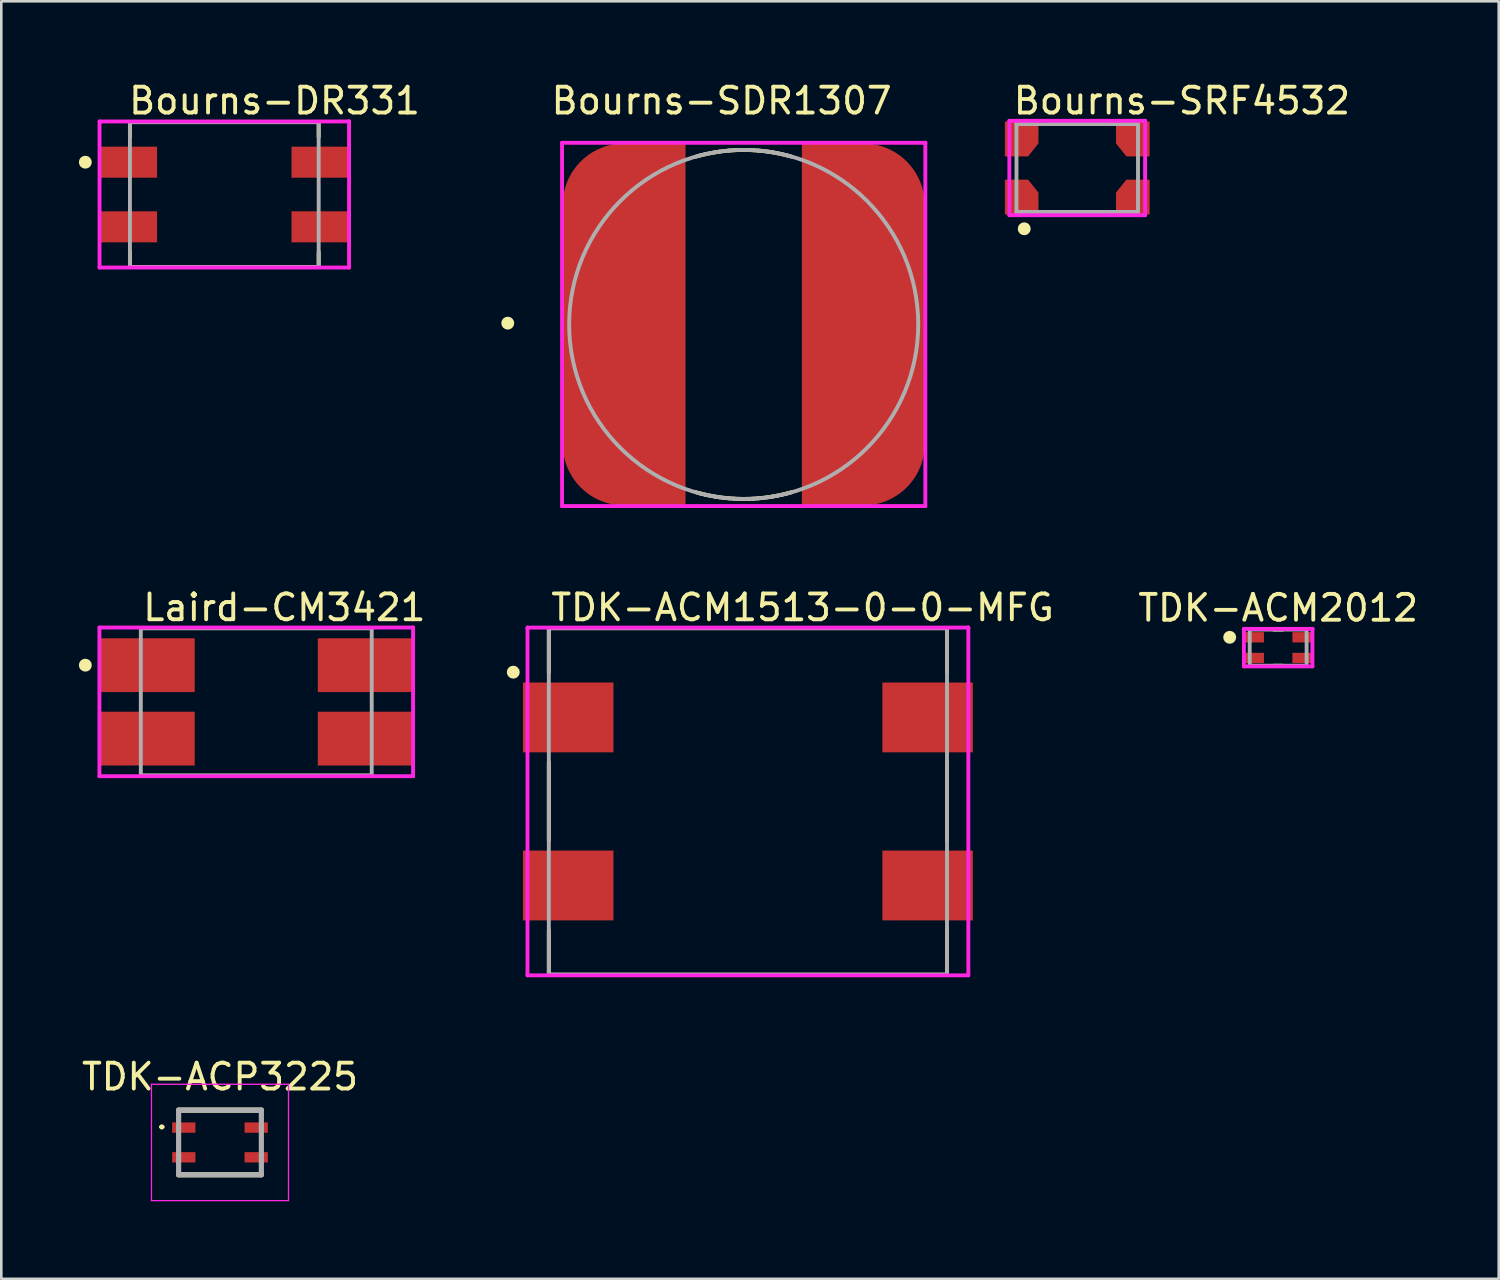
<source format=kicad_pcb>
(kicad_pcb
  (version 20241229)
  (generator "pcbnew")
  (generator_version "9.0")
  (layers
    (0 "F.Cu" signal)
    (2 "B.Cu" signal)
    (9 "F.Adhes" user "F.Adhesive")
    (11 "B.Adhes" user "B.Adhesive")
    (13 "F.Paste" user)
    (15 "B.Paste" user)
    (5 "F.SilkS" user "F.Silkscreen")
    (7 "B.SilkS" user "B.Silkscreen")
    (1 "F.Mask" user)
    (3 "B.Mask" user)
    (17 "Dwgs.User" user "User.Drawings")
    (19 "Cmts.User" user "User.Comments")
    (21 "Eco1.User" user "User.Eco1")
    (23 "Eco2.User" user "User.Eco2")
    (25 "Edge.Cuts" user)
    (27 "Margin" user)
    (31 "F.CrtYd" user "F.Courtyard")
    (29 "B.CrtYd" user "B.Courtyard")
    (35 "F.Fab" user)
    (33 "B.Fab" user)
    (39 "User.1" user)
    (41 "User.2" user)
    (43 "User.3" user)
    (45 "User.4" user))
  (footprint "TDK-ACM1513-0-0-MFG"
    (layer "F.Cu")
    (at 25.876 27.947)
    (property "Reference" "TDK-ACM1513-0-0-MFG" (at -7.7 -7.5 0) (layer "F.SilkS") (effects (font (size 1 1) (thickness 0.15)) (justify left)))
    (attr smd)
    (fp_line (start -7.7 -6.7) (end 7.7 -6.7) (stroke (width 0.15) (type solid)) (layer "F.SilkS"))
    (fp_line (start -7.7 -4.975) (end -7.7 -6.7) (stroke (width 0.15) (type solid)) (layer "F.SilkS"))
    (fp_line (start -7.7 1.525) (end -7.7 -1.525) (stroke (width 0.15) (type solid)) (layer "F.SilkS"))
    (fp_line (start -7.7 6.7) (end -7.7 4.975) (stroke (width 0.15) (type solid)) (layer "F.SilkS"))
    (fp_line (start -7.7 6.7) (end 7.7 6.7) (stroke (width 0.15) (type solid)) (layer "F.SilkS"))
    (fp_line (start 7.7 -4.975) (end 7.7 -6.7) (stroke (width 0.15) (type solid)) (layer "F.SilkS"))
    (fp_line (start 7.7 1.525) (end 7.7 -1.525) (stroke (width 0.15) (type solid)) (layer "F.SilkS"))
    (fp_line (start 7.7 6.7) (end 7.7 4.975) (stroke (width 0.15) (type solid)) (layer "F.SilkS"))
    (fp_circle (center -9.075 -5) (end -8.95 -5) (stroke (width 0.25) (type solid)) (fill no) (layer "F.SilkS"))
    (fp_line (start -8.525 -6.725) (end -8.525 6.725) (stroke (width 0.15) (type solid)) (layer "F.CrtYd"))
    (fp_line (start -8.525 6.725) (end 8.525 6.725) (stroke (width 0.15) (type solid)) (layer "F.CrtYd"))
    (fp_line (start 8.525 -6.725) (end -8.525 -6.725) (stroke (width 0.15) (type solid)) (layer "F.CrtYd"))
    (fp_line (start 8.525 -6.725) (end 8.525 -6.725) (stroke (width 0.15) (type solid)) (layer "F.CrtYd"))
    (fp_line (start 8.525 6.725) (end 8.525 -6.725) (stroke (width 0.15) (type solid)) (layer "F.CrtYd"))
    (fp_line (start -7.7 -6.7) (end 7.7 -6.7) (stroke (width 0.15) (type solid)) (layer "F.Fab"))
    (fp_line (start -7.7 6.7) (end -7.7 -6.7) (stroke (width 0.15) (type solid)) (layer "F.Fab"))
    (fp_line (start 7.7 -6.7) (end 7.7 6.7) (stroke (width 0.15) (type solid)) (layer "F.Fab"))
    (fp_line (start 7.7 6.7) (end -7.7 6.7) (stroke (width 0.15) (type solid)) (layer "F.Fab"))
    (pad "1" smd rect (at -6.95 -3.25) (size 3.5 2.7) (layers "F.Cu" "F.Mask" "F.Paste"))
    (pad "2" smd rect (at -6.95 3.25) (size 3.5 2.7) (layers "F.Cu" "F.Mask" "F.Paste"))
    (pad "3" smd rect (at 6.95 3.25) (size 3.5 2.7) (layers "F.Cu" "F.Mask" "F.Paste"))
    (pad "4" smd rect (at 6.95 -3.25) (size 3.5 2.7) (layers "F.Cu" "F.Mask" "F.Paste")))
  (footprint "TDK-ACM2012"
    (layer "F.Cu")
    (at 46.384 21.998)
    (property "Reference" "TDK-ACM2012" (at 0 -0.95 0) (layer "F.SilkS") (effects (font (size 1 1) (thickness 0.15)) (justify bottom)))
    (attr through_hole)
    (fp_line (start -0.175 -0.7) (end 0.175 -0.7) (stroke (width 0.15) (type solid)) (layer "F.SilkS"))
    (fp_line (start -0.175 0.7) (end 0.175 0.7) (stroke (width 0.15) (type solid)) (layer "F.SilkS"))
    (fp_circle (center -1.875 -0.4) (end -1.75 -0.4) (stroke (width 0.25) (type solid)) (fill no) (layer "F.SilkS"))
    (fp_line (start -1.325 -0.725) (end -1.325 0.725) (stroke (width 0.15) (type solid)) (layer "F.CrtYd"))
    (fp_line (start -1.325 0.725) (end 1.325 0.725) (stroke (width 0.15) (type solid)) (layer "F.CrtYd"))
    (fp_line (start 1.325 -0.725) (end -1.325 -0.725) (stroke (width 0.15) (type solid)) (layer "F.CrtYd"))
    (fp_line (start 1.325 -0.725) (end 1.325 -0.725) (stroke (width 0.15) (type solid)) (layer "F.CrtYd"))
    (fp_line (start 1.325 0.725) (end 1.325 -0.725) (stroke (width 0.15) (type solid)) (layer "F.CrtYd"))
    (fp_line (start -1.1 -0.7) (end 1.1 -0.7) (stroke (width 0.15) (type solid)) (layer "F.Fab"))
    (fp_line (start -1.1 0.7) (end -1.1 -0.7) (stroke (width 0.15) (type solid)) (layer "F.Fab"))
    (fp_line (start 1.1 -0.7) (end 1.1 0.7) (stroke (width 0.15) (type solid)) (layer "F.Fab"))
    (fp_line (start 1.1 0.7) (end -1.1 0.7) (stroke (width 0.15) (type solid)) (layer "F.Fab"))
    (pad "1" smd rect (at -0.925 -0.4) (size 0.75 0.4) (layers "F.Cu" "F.Mask" "F.Paste"))
    (pad "2" smd rect (at -0.925 0.4) (size 0.75 0.4) (layers "F.Cu" "F.Mask" "F.Paste"))
    (pad "3" smd rect (at 0.925 0.4) (size 0.75 0.4) (layers "F.Cu" "F.Mask" "F.Paste"))
    (pad "4" smd rect (at 0.925 -0.4) (size 0.75 0.4) (layers "F.Cu" "F.Mask" "F.Paste")))
  (footprint "Bourns-SDR1307"
    (layer "F.Cu")
    (at 25.713 9.498)
    (property "Reference" "Bourns-SDR1307" (at -7.525 -8.65 0) (layer "F.SilkS") (effects (font (size 1 1) (thickness 0.15)) (justify left)))
    (attr through_hole)
    (fp_line (start -1.85 -6.49) (end -1.669 -6.539) (stroke (width 0.15) (type solid)) (layer "F.SilkS"))
    (fp_line (start -1.669 -6.539) (end -1.487 -6.583) (stroke (width 0.15) (type solid)) (layer "F.SilkS"))
    (fp_line (start -1.669 6.539) (end -1.85 6.49) (stroke (width 0.15) (type solid)) (layer "F.SilkS"))
    (fp_line (start -1.487 -6.583) (end -1.304 -6.621) (stroke (width 0.15) (type solid)) (layer "F.SilkS"))
    (fp_line (start -1.487 6.583) (end -1.669 6.539) (stroke (width 0.15) (type solid)) (layer "F.SilkS"))
    (fp_line (start -1.304 -6.621) (end -1.119 -6.655) (stroke (width 0.15) (type solid)) (layer "F.SilkS"))
    (fp_line (start -1.304 6.621) (end -1.487 6.583) (stroke (width 0.15) (type solid)) (layer "F.SilkS"))
    (fp_line (start -1.119 -6.655) (end -0.934 -6.684) (stroke (width 0.15) (type solid)) (layer "F.SilkS"))
    (fp_line (start -1.119 6.655) (end -1.304 6.621) (stroke (width 0.15) (type solid)) (layer "F.SilkS"))
    (fp_line (start -0.934 -6.684) (end -0.748 -6.707) (stroke (width 0.15) (type solid)) (layer "F.SilkS"))
    (fp_line (start -0.934 6.684) (end -1.119 6.655) (stroke (width 0.15) (type solid)) (layer "F.SilkS"))
    (fp_line (start -0.748 -6.707) (end -0.562 -6.725) (stroke (width 0.15) (type solid)) (layer "F.SilkS"))
    (fp_line (start -0.748 6.707) (end -0.934 6.684) (stroke (width 0.15) (type solid)) (layer "F.SilkS"))
    (fp_line (start -0.562 -6.725) (end -0.375 -6.738) (stroke (width 0.15) (type solid)) (layer "F.SilkS"))
    (fp_line (start -0.562 6.725) (end -0.748 6.707) (stroke (width 0.15) (type solid)) (layer "F.SilkS"))
    (fp_line (start -0.375 -6.738) (end -0.187 -6.746) (stroke (width 0.15) (type solid)) (layer "F.SilkS"))
    (fp_line (start -0.375 6.738) (end -0.562 6.725) (stroke (width 0.15) (type solid)) (layer "F.SilkS"))
    (fp_line (start -0.187 -6.746) (end -0.000002 -6.748) (stroke (width 0.15) (type solid)) (layer "F.SilkS"))
    (fp_line (start -0.187 6.746) (end -0.375 6.738) (stroke (width 0.15) (type solid)) (layer "F.SilkS"))
    (fp_line (start -0.000002 -6.748) (end 0.187 -6.746) (stroke (width 0.15) (type solid)) (layer "F.SilkS"))
    (fp_line (start 0.000001 6.748) (end -0.187 6.746) (stroke (width 0.15) (type solid)) (layer "F.SilkS"))
    (fp_line (start 0.187 -6.746) (end 0.375 -6.738) (stroke (width 0.15) (type solid)) (layer "F.SilkS"))
    (fp_line (start 0.187 6.746) (end 0.000001 6.748) (stroke (width 0.15) (type solid)) (layer "F.SilkS"))
    (fp_line (start 0.375 -6.738) (end 0.562 -6.725) (stroke (width 0.15) (type solid)) (layer "F.SilkS"))
    (fp_line (start 0.375 6.738) (end 0.187 6.746) (stroke (width 0.15) (type solid)) (layer "F.SilkS"))
    (fp_line (start 0.562 -6.725) (end 0.748 -6.707) (stroke (width 0.15) (type solid)) (layer "F.SilkS"))
    (fp_line (start 0.562 6.725) (end 0.375 6.738) (stroke (width 0.15) (type solid)) (layer "F.SilkS"))
    (fp_line (start 0.748 -6.707) (end 0.934 -6.684) (stroke (width 0.15) (type solid)) (layer "F.SilkS"))
    (fp_line (start 0.748 6.707) (end 0.562 6.725) (stroke (width 0.15) (type solid)) (layer "F.SilkS"))
    (fp_line (start 0.934 -6.684) (end 1.119 -6.655) (stroke (width 0.15) (type solid)) (layer "F.SilkS"))
    (fp_line (start 0.934 6.684) (end 0.748 6.707) (stroke (width 0.15) (type solid)) (layer "F.SilkS"))
    (fp_line (start 1.119 -6.655) (end 1.304 -6.621) (stroke (width 0.15) (type solid)) (layer "F.SilkS"))
    (fp_line (start 1.119 6.655) (end 0.934 6.684) (stroke (width 0.15) (type solid)) (layer "F.SilkS"))
    (fp_line (start 1.304 -6.621) (end 1.487 -6.583) (stroke (width 0.15) (type solid)) (layer "F.SilkS"))
    (fp_line (start 1.304 6.621) (end 1.119 6.655) (stroke (width 0.15) (type solid)) (layer "F.SilkS"))
    (fp_line (start 1.487 -6.583) (end 1.669 -6.539) (stroke (width 0.15) (type solid)) (layer "F.SilkS"))
    (fp_line (start 1.487 6.583) (end 1.304 6.621) (stroke (width 0.15) (type solid)) (layer "F.SilkS"))
    (fp_line (start 1.669 -6.539) (end 1.85 -6.49) (stroke (width 0.15) (type solid)) (layer "F.SilkS"))
    (fp_line (start 1.669 6.539) (end 1.487 6.583) (stroke (width 0.15) (type solid)) (layer "F.SilkS"))
    (fp_line (start 1.85 6.49) (end 1.669 6.539) (stroke (width 0.15) (type solid)) (layer "F.SilkS"))
    (fp_circle (center -9.125 -0.05) (end -9 -0.05) (stroke (width 0.25) (type solid)) (fill no) (layer "F.SilkS"))
    (fp_line (start -7.025 -7.025) (end -7.025 7.025) (stroke (width 0.15) (type solid)) (layer "F.CrtYd"))
    (fp_line (start -7.025 7.025) (end 7.025 7.025) (stroke (width 0.15) (type solid)) (layer "F.CrtYd"))
    (fp_line (start 7.025 -7.025) (end -7.025 -7.025) (stroke (width 0.15) (type solid)) (layer "F.CrtYd"))
    (fp_line (start 7.025 -7.025) (end 7.025 -7.025) (stroke (width 0.15) (type solid)) (layer "F.CrtYd"))
    (fp_line (start 7.025 7.025) (end 7.025 -7.025) (stroke (width 0.15) (type solid)) (layer "F.CrtYd"))
    (fp_circle (center 0 0) (end 6.75 0) (stroke (width 0.15) (type solid)) (fill no) (layer "F.Fab"))
    (pad "1" smd custom (at -4.625 0) (size 4.75 4.75) (layers "F.Cu" "F.Mask" "F.Paste") (options (anchor circle)) (primitives (gr_poly (pts (xy 2.375 7) (xy 2.375 -7) (xy 0 -7) (xy -0.186 -6.993) (xy -0.372 -6.971) (xy -0.554 -6.934) (xy -0.734 -6.884) (xy -0.909 -6.819) (xy -1.078 -6.741) (xy -1.241 -6.65) (xy -1.396 -6.546) (xy -1.542 -6.431) (xy -1.679 -6.304) (xy -1.806 -6.167) (xy -1.921 -6.021) (xy -2.025 -5.866) (xy -2.116 -5.703) (xy -2.194 -5.534) (xy -2.259 -5.359) (xy -2.309 -5.179) (xy -2.346 -4.997) (xy -2.368 -4.811) (xy -2.375 -4.625) (xy -2.375 4.625) (xy -2.368 4.811) (xy -2.346 4.997) (xy -2.309 5.179) (xy -2.259 5.359) (xy -2.194 5.534) (xy -2.116 5.703) (xy -2.025 5.866) (xy -1.921 6.021) (xy -1.806 6.167) (xy -1.679 6.304) (xy -1.542 6.431) (xy -1.396 6.546) (xy -1.241 6.65) (xy -1.078 6.741) (xy -0.909 6.819) (xy -0.734 6.884) (xy -0.554 6.934) (xy -0.372 6.971) (xy -0.186 6.993) (xy 0 7) (xy 2.375 7)) (width 0) (fill yes))))
    (pad "2" smd custom (at 4.625 0) (size 4.75 4.75) (layers "F.Cu" "F.Mask" "F.Paste") (options (anchor circle)) (primitives (gr_poly (pts (xy -2.375 -7) (xy -2.375 7) (xy 0 7) (xy 0.186 6.993) (xy 0.372 6.971) (xy 0.554 6.934) (xy 0.734 6.884) (xy 0.909 6.819) (xy 1.078 6.741) (xy 1.241 6.65) (xy 1.396 6.546) (xy 1.542 6.431) (xy 1.679 6.304) (xy 1.806 6.167) (xy 1.921 6.021) (xy 2.025 5.866) (xy 2.116 5.703) (xy 2.194 5.534) (xy 2.259 5.359) (xy 2.309 5.179) (xy 2.346 4.997) (xy 2.368 4.811) (xy 2.375 4.625) (xy 2.375 -4.625) (xy 2.368 -4.811) (xy 2.346 -4.997) (xy 2.309 -5.179) (xy 2.259 -5.359) (xy 2.194 -5.534) (xy 2.116 -5.703) (xy 2.025 -5.866) (xy 1.921 -6.021) (xy 1.806 -6.167) (xy 1.679 -6.304) (xy 1.542 -6.431) (xy 1.396 -6.546) (xy 1.241 -6.65) (xy 1.078 -6.741) (xy 0.909 -6.819) (xy 0.734 -6.884) (xy 0.554 -6.934) (xy 0.372 -6.971) (xy 0.186 -6.993) (xy 0 -7) (xy -2.375 -7)) (width 0) (fill yes)))))
  (footprint "Bourns-SRF4532"
    (layer "F.Cu")
    (at 38.613 3.448)
    (property "Reference" "Bourns-SRF4532" (at -2.55 -2.6 0) (layer "F.SilkS") (effects (font (size 1 1) (thickness 0.15)) (justify left)))
    (attr smd)
    (fp_line (start -1.125 -1.7) (end 1.125 -1.7) (stroke (width 0.15) (type solid)) (layer "F.SilkS"))
    (fp_line (start -1.125 1.7) (end 1.125 1.7) (stroke (width 0.15) (type solid)) (layer "F.SilkS"))
    (fp_circle (center -2.05 2.35) (end -1.925 2.35) (stroke (width 0.25) (type solid)) (fill no) (layer "F.SilkS"))
    (fp_line (start -2.625 -1.825) (end -2.625 1.825) (stroke (width 0.15) (type solid)) (layer "F.CrtYd"))
    (fp_line (start -2.625 1.825) (end 2.625 1.825) (stroke (width 0.15) (type solid)) (layer "F.CrtYd"))
    (fp_line (start 2.625 -1.825) (end -2.625 -1.825) (stroke (width 0.15) (type solid)) (layer "F.CrtYd"))
    (fp_line (start 2.625 -1.825) (end 2.625 -1.825) (stroke (width 0.15) (type solid)) (layer "F.CrtYd"))
    (fp_line (start 2.625 1.825) (end 2.625 -1.825) (stroke (width 0.15) (type solid)) (layer "F.CrtYd"))
    (fp_line (start -2.35 -1.7) (end 2.35 -1.7) (stroke (width 0.15) (type solid)) (layer "F.Fab"))
    (fp_line (start -2.35 1.7) (end -2.35 -1.7) (stroke (width 0.15) (type solid)) (layer "F.Fab"))
    (fp_line (start 2.35 -1.7) (end 2.35 1.7) (stroke (width 0.15) (type solid)) (layer "F.Fab"))
    (fp_line (start 2.35 1.7) (end -2.35 1.7) (stroke (width 0.15) (type solid)) (layer "F.Fab"))
    (pad "1" smd custom (at -2.05 1.125) (size 1 1) (layers "F.Cu" "F.Mask" "F.Paste") (options (anchor circle)) (primitives (gr_poly (pts (xy -0.55 0.675) (xy 0.55 0.675) (xy 0.55 -0.175) (xy 0.15 -0.675) (xy -0.75 -0.675) (xy -0.75 0.675)) (width 0) (fill yes))))
    (pad "2" smd custom (at 2.05 1.125) (size 1 1) (layers "F.Cu" "F.Mask" "F.Paste") (options (anchor circle)) (primitives (gr_poly (pts (xy -0.55 0.675) (xy 0.75 0.675) (xy 0.75 -0.675) (xy -0.15 -0.675) (xy -0.55 -0.175) (xy -0.55 0.675)) (width 0) (fill yes))))
    (pad "3" smd custom (at 2.05 -1.125) (size 1 1) (layers "F.Cu" "F.Mask" "F.Paste") (options (anchor circle)) (primitives (gr_poly (pts (xy -0.55 -0.675) (xy -0.55 0.175) (xy -0.15 0.675) (xy 0.75 0.675) (xy 0.75 -0.675) (xy -0.55 -0.675)) (width 0) (fill yes))))
    (pad "4" smd custom (at -2.05 -1.125) (size 1 1) (layers "F.Cu" "F.Mask" "F.Paste") (options (anchor circle)) (primitives (gr_poly (pts (xy -0.55 0.675) (xy 0.15 0.675) (xy 0.55 0.175) (xy 0.55 -0.675) (xy -0.75 -0.675) (xy -0.75 0.675)) (width 0) (fill yes)))))
  (footprint "Bourns-DR331"
    (layer "F.Cu")
    (at 5.625 4.473)
    (property "Reference" "Bourns-DR331" (at -3.775 -3.625 0) (layer "F.SilkS") (effects (font (size 1 1) (thickness 0.15)) (justify left)))
    (attr smd)
    (fp_line (start -3.65 -2.8) (end 3.65 -2.8) (stroke (width 0.15) (type solid)) (layer "F.SilkS"))
    (fp_line (start -3.65 -2.225) (end -3.65 -2.8) (stroke (width 0.15) (type solid)) (layer "F.SilkS"))
    (fp_line (start -3.65 2.8) (end -3.65 2.225) (stroke (width 0.15) (type solid)) (layer "F.SilkS"))
    (fp_line (start -3.65 2.8) (end 3.65 2.8) (stroke (width 0.15) (type solid)) (layer "F.SilkS"))
    (fp_line (start 3.65 -2.225) (end 3.65 -2.8) (stroke (width 0.15) (type solid)) (layer "F.SilkS"))
    (fp_line (start 3.65 2.8) (end 3.65 2.225) (stroke (width 0.15) (type solid)) (layer "F.SilkS"))
    (fp_circle (center -5.375 -1.25) (end -5.25 -1.25) (stroke (width 0.25) (type solid)) (fill no) (layer "F.SilkS"))
    (fp_line (start -4.825 -2.825) (end -4.825 2.825) (stroke (width 0.15) (type solid)) (layer "F.CrtYd"))
    (fp_line (start -4.825 2.825) (end 4.825 2.825) (stroke (width 0.15) (type solid)) (layer "F.CrtYd"))
    (fp_line (start 4.825 -2.825) (end -4.825 -2.825) (stroke (width 0.15) (type solid)) (layer "F.CrtYd"))
    (fp_line (start 4.825 -2.825) (end 4.825 -2.825) (stroke (width 0.15) (type solid)) (layer "F.CrtYd"))
    (fp_line (start 4.825 2.825) (end 4.825 -2.825) (stroke (width 0.15) (type solid)) (layer "F.CrtYd"))
    (fp_line (start -3.65 -2.8) (end 3.65 -2.8) (stroke (width 0.15) (type solid)) (layer "F.Fab"))
    (fp_line (start -3.65 2.8) (end -3.65 -2.8) (stroke (width 0.15) (type solid)) (layer "F.Fab"))
    (fp_line (start 3.65 -2.8) (end 3.65 2.8) (stroke (width 0.15) (type solid)) (layer "F.Fab"))
    (fp_line (start 3.65 2.8) (end -3.65 2.8) (stroke (width 0.15) (type solid)) (layer "F.Fab"))
    (pad "1" smd rect (at -3.7 -1.25) (size 2.2 1.2) (layers "F.Cu" "F.Mask" "F.Paste"))
    (pad "2" smd rect (at -3.7 1.25) (size 2.2 1.2) (layers "F.Cu" "F.Mask" "F.Paste"))
    (pad "3" smd rect (at 3.7 1.25) (size 2.2 1.2) (layers "F.Cu" "F.Mask" "F.Paste"))
    (pad "4" smd rect (at 3.7 -1.25) (size 2.2 1.2) (layers "F.Cu" "F.Mask" "F.Paste")))
  (footprint "TDK-ACP3225"
    (layer "F.Cu")
    (at 5.458 41.135)
    (property "Reference" "TDK-ACP3225" (at 0 -2.54 0) (layer "F.SilkS") (effects (font (size 1 1) (thickness 0.15))))
    (attr smd)
    (fp_line (start -2.3 -0.6) (end -2.3 -0.6) (stroke (width 0.1) (type solid)) (layer "F.SilkS"))
    (fp_line (start -2.2 -0.6) (end -2.2 -0.6) (stroke (width 0.1) (type solid)) (layer "F.SilkS"))
    (fp_line (start -1.6 -1.25) (end 1.6 -1.25) (stroke (width 0.2) (type solid)) (layer "F.SilkS"))
    (fp_line (start -1.6 1.25) (end 1.6 1.25) (stroke (width 0.2) (type solid)) (layer "F.SilkS"))
    (fp_arc (start -2.3 -0.6) (mid -2.25 -0.65) (end -2.2 -0.6) (stroke (width 0.1) (type solid)) (layer "F.SilkS"))
    (fp_arc (start -2.2 -0.6) (mid -2.25 -0.55) (end -2.3 -0.6) (stroke (width 0.1) (type solid)) (layer "F.SilkS"))
    (fp_line (start -2.65 -2.25) (end 2.65 -2.25) (stroke (width 0.05) (type solid)) (layer "F.CrtYd"))
    (fp_line (start -2.65 2.25) (end -2.65 -2.25) (stroke (width 0.05) (type solid)) (layer "F.CrtYd"))
    (fp_line (start 2.65 -2.25) (end 2.65 2.25) (stroke (width 0.05) (type solid)) (layer "F.CrtYd"))
    (fp_line (start 2.65 2.25) (end -2.65 2.25) (stroke (width 0.05) (type solid)) (layer "F.CrtYd"))
    (fp_line (start -1.6 -1.25) (end 1.6 -1.25) (stroke (width 0.2) (type solid)) (layer "F.Fab"))
    (fp_line (start -1.6 1.25) (end -1.6 -1.25) (stroke (width 0.2) (type solid)) (layer "F.Fab"))
    (fp_line (start 1.6 -1.25) (end 1.6 1.25) (stroke (width 0.2) (type solid)) (layer "F.Fab"))
    (fp_line (start 1.6 1.25) (end -1.6 1.25) (stroke (width 0.2) (type solid)) (layer "F.Fab"))
    (pad "1" smd rect (at -1.4 -0.575 90) (size 0.4 0.9) (layers "F.Cu" "F.Mask" "F.Paste"))
    (pad "2" smd rect (at -1.4 0.575 90) (size 0.4 0.9) (layers "F.Cu" "F.Mask" "F.Paste"))
    (pad "3" smd rect (at 1.4 0.575 90) (size 0.4 0.9) (layers "F.Cu" "F.Mask" "F.Paste"))
    (pad "4" smd rect (at 1.4 -0.575 90) (size 0.4 0.9) (layers "F.Cu" "F.Mask" "F.Paste")))
  (footprint "Laird-CM3421"
    (layer "F.Cu")
    (at 6.861 24.096)
    (property "Reference" "Laird-CM3421" (at -4.465 -3.65 0) (layer "F.SilkS") (effects (font (size 1 1) (thickness 0.15)) (justify left)))
    (attr through_hole)
    (fp_line (start -4.465 -2.85) (end 4.465 -2.85) (stroke (width 0.15) (type solid)) (layer "F.SilkS"))
    (fp_line (start -4.465 -2.835) (end -4.465 -2.85) (stroke (width 0.15) (type solid)) (layer "F.SilkS"))
    (fp_line (start -4.465 2.85) (end -4.465 2.835) (stroke (width 0.15) (type solid)) (layer "F.SilkS"))
    (fp_line (start -4.465 2.85) (end 4.465 2.85) (stroke (width 0.15) (type solid)) (layer "F.SilkS"))
    (fp_line (start 4.465 -2.835) (end 4.465 -2.85) (stroke (width 0.15) (type solid)) (layer "F.SilkS"))
    (fp_line (start 4.465 2.85) (end 4.465 2.835) (stroke (width 0.15) (type solid)) (layer "F.SilkS"))
    (fp_circle (center -6.611 -1.42) (end -6.486 -1.42) (stroke (width 0.25) (type solid)) (fill no) (layer "F.SilkS"))
    (fp_line (start -6.065 -2.875) (end -6.065 2.875) (stroke (width 0.15) (type solid)) (layer "F.CrtYd"))
    (fp_line (start -6.065 2.875) (end 6.065 2.875) (stroke (width 0.15) (type solid)) (layer "F.CrtYd"))
    (fp_line (start 6.065 -2.875) (end -6.065 -2.875) (stroke (width 0.15) (type solid)) (layer "F.CrtYd"))
    (fp_line (start 6.065 -2.875) (end 6.065 -2.875) (stroke (width 0.15) (type solid)) (layer "F.CrtYd"))
    (fp_line (start 6.065 2.875) (end 6.065 -2.875) (stroke (width 0.15) (type solid)) (layer "F.CrtYd"))
    (fp_line (start -4.465 -2.85) (end 4.465 -2.85) (stroke (width 0.15) (type solid)) (layer "F.Fab"))
    (fp_line (start -4.465 2.85) (end -4.465 -2.85) (stroke (width 0.15) (type solid)) (layer "F.Fab"))
    (fp_line (start 4.465 -2.85) (end 4.465 2.85) (stroke (width 0.15) (type solid)) (layer "F.Fab"))
    (fp_line (start 4.465 2.85) (end -4.465 2.85) (stroke (width 0.15) (type solid)) (layer "F.Fab"))
    (pad "1" smd rect (at -4.21 -1.42) (size 3.66 2.08) (layers "F.Cu" "F.Mask" "F.Paste"))
    (pad "2" smd rect (at -4.21 1.42) (size 3.66 2.08) (layers "F.Cu" "F.Mask" "F.Paste"))
    (pad "3" smd rect (at 4.21 1.42) (size 3.66 2.08) (layers "F.Cu" "F.Mask" "F.Paste"))
    (pad "4" smd rect (at 4.21 -1.42) (size 3.66 2.08) (layers "F.Cu" "F.Mask" "F.Paste")))
  (gr_rect
    (start -3 -3)
    (end 54.914 46.41)
    (stroke (width 0.1) (type default))
    (fill no)
    (layer "Edge.Cuts")))
</source>
